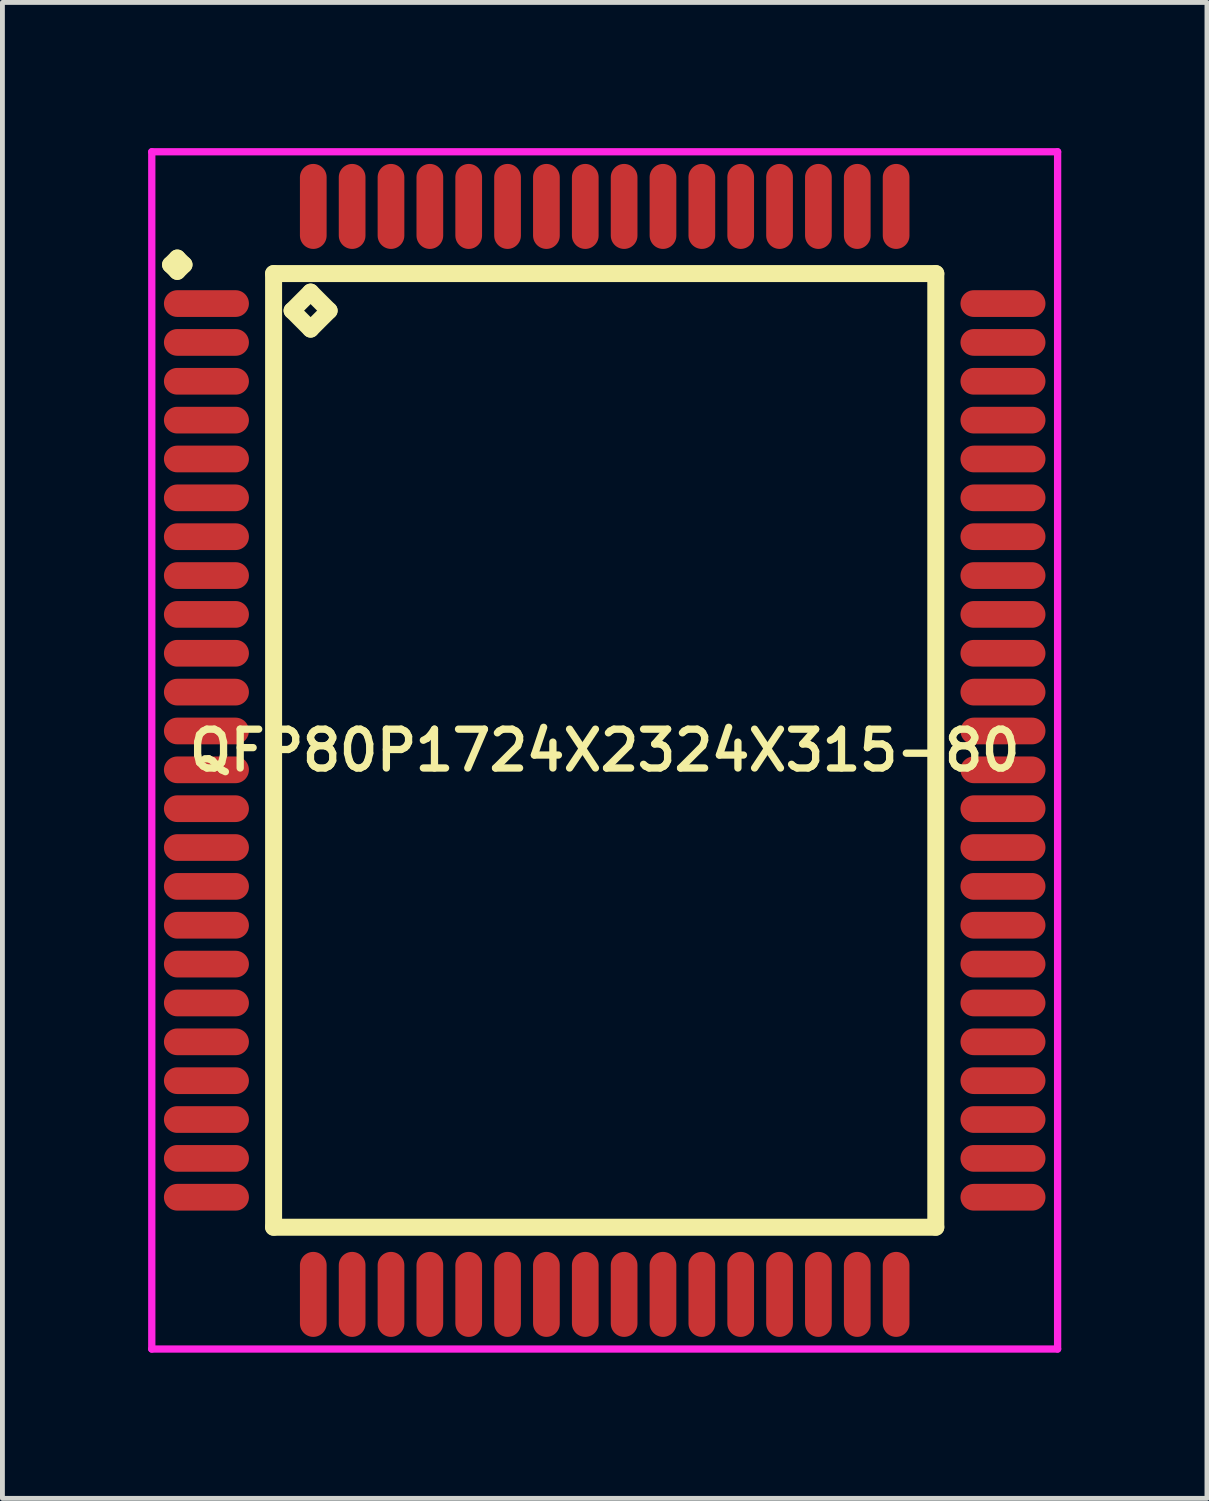
<source format=kicad_pcb>
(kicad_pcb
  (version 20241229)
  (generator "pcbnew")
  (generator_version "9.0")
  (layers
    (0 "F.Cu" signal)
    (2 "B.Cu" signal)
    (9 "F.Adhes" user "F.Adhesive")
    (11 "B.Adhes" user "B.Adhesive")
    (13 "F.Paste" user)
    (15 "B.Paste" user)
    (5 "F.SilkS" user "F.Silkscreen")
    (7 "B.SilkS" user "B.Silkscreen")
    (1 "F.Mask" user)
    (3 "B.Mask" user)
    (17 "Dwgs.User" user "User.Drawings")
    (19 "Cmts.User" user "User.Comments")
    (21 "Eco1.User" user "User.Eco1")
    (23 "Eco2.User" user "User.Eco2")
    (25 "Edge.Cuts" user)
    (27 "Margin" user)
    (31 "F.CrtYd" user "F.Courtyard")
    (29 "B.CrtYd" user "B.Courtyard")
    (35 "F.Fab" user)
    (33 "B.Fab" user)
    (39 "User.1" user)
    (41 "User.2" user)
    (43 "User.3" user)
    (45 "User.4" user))
  (footprint "QFP80P1724X2324X315-80"
    (layer "F.Cu")
    (at 9.4 12.4)
    (property "Reference" "QFP80P1724X2324X315-80" (at 0 0 0) (layer "F.SilkS") (effects (font (size 0.8 0.8) (thickness 0.15))))
    (attr smd)
    (fp_line (start -8.938 -10) (end -8.8 -10.137) (stroke (width 0.35) (type solid)) (layer "F.SilkS"))
    (fp_line (start -8.8 -10.137) (end -8.662 -10) (stroke (width 0.35) (type solid)) (layer "F.SilkS"))
    (fp_line (start -8.8 -9.863) (end -8.938 -10) (stroke (width 0.35) (type solid)) (layer "F.SilkS"))
    (fp_line (start -8.662 -10) (end -8.8 -9.863) (stroke (width 0.35) (type solid)) (layer "F.SilkS"))
    (fp_line (start -6.817 -9.817) (end -6.817 9.817) (stroke (width 0.35) (type solid)) (layer "F.SilkS"))
    (fp_line (start -6.817 9.817) (end 6.817 9.817) (stroke (width 0.35) (type solid)) (layer "F.SilkS"))
    (fp_line (start -6.436 -9.055) (end -6.055 -9.436) (stroke (width 0.35) (type solid)) (layer "F.SilkS"))
    (fp_line (start -6.055 -9.436) (end -5.674 -9.055) (stroke (width 0.35) (type solid)) (layer "F.SilkS"))
    (fp_line (start -6.055 -8.674) (end -6.436 -9.055) (stroke (width 0.35) (type solid)) (layer "F.SilkS"))
    (fp_line (start -5.674 -9.055) (end -6.055 -8.674) (stroke (width 0.35) (type solid)) (layer "F.SilkS"))
    (fp_line (start 6.817 -9.817) (end -6.817 -9.817) (stroke (width 0.35) (type solid)) (layer "F.SilkS"))
    (fp_line (start 6.817 9.817) (end 6.817 -9.817) (stroke (width 0.35) (type solid)) (layer "F.SilkS"))
    (fp_line (start -9.325 -12.325) (end 9.325 -12.325) (stroke (width 0.15) (type solid)) (layer "F.CrtYd"))
    (fp_line (start -9.325 12.325) (end -9.325 -12.325) (stroke (width 0.15) (type solid)) (layer "F.CrtYd"))
    (fp_line (start 9.325 -12.325) (end 9.325 12.325) (stroke (width 0.15) (type solid)) (layer "F.CrtYd"))
    (fp_line (start 9.325 12.325) (end -9.325 12.325) (stroke (width 0.15) (type solid)) (layer "F.CrtYd"))
    (pad "1" smd oval (at -8.2 -9.2) (size 1.75 0.55) (layers "F.Cu" "F.Mask" "F.Paste"))
    (pad "2" smd oval (at -8.2 -8.4) (size 1.75 0.55) (layers "F.Cu" "F.Mask" "F.Paste"))
    (pad "3" smd oval (at -8.2 -7.6) (size 1.75 0.55) (layers "F.Cu" "F.Mask" "F.Paste"))
    (pad "4" smd oval (at -8.2 -6.8) (size 1.75 0.55) (layers "F.Cu" "F.Mask" "F.Paste"))
    (pad "5" smd oval (at -8.2 -6) (size 1.75 0.55) (layers "F.Cu" "F.Mask" "F.Paste"))
    (pad "6" smd oval (at -8.2 -5.2) (size 1.75 0.55) (layers "F.Cu" "F.Mask" "F.Paste"))
    (pad "7" smd oval (at -8.2 -4.4) (size 1.75 0.55) (layers "F.Cu" "F.Mask" "F.Paste"))
    (pad "8" smd oval (at -8.2 -3.6) (size 1.75 0.55) (layers "F.Cu" "F.Mask" "F.Paste"))
    (pad "9" smd oval (at -8.2 -2.8) (size 1.75 0.55) (layers "F.Cu" "F.Mask" "F.Paste"))
    (pad "10" smd oval (at -8.2 -2) (size 1.75 0.55) (layers "F.Cu" "F.Mask" "F.Paste"))
    (pad "11" smd oval (at -8.2 -1.2) (size 1.75 0.55) (layers "F.Cu" "F.Mask" "F.Paste"))
    (pad "12" smd oval (at -8.2 -0.4) (size 1.75 0.55) (layers "F.Cu" "F.Mask" "F.Paste"))
    (pad "13" smd oval (at -8.2 0.4) (size 1.75 0.55) (layers "F.Cu" "F.Mask" "F.Paste"))
    (pad "14" smd oval (at -8.2 1.2) (size 1.75 0.55) (layers "F.Cu" "F.Mask" "F.Paste"))
    (pad "15" smd oval (at -8.2 2) (size 1.75 0.55) (layers "F.Cu" "F.Mask" "F.Paste"))
    (pad "16" smd oval (at -8.2 2.8) (size 1.75 0.55) (layers "F.Cu" "F.Mask" "F.Paste"))
    (pad "17" smd oval (at -8.2 3.6) (size 1.75 0.55) (layers "F.Cu" "F.Mask" "F.Paste"))
    (pad "18" smd oval (at -8.2 4.4) (size 1.75 0.55) (layers "F.Cu" "F.Mask" "F.Paste"))
    (pad "19" smd oval (at -8.2 5.2) (size 1.75 0.55) (layers "F.Cu" "F.Mask" "F.Paste"))
    (pad "20" smd oval (at -8.2 6) (size 1.75 0.55) (layers "F.Cu" "F.Mask" "F.Paste"))
    (pad "21" smd oval (at -8.2 6.8) (size 1.75 0.55) (layers "F.Cu" "F.Mask" "F.Paste"))
    (pad "22" smd oval (at -8.2 7.6) (size 1.75 0.55) (layers "F.Cu" "F.Mask" "F.Paste"))
    (pad "23" smd oval (at -8.2 8.4) (size 1.75 0.55) (layers "F.Cu" "F.Mask" "F.Paste"))
    (pad "24" smd oval (at -8.2 9.2) (size 1.75 0.55) (layers "F.Cu" "F.Mask" "F.Paste"))
    (pad "25" smd oval (at -6 11.2) (size 0.55 1.75) (layers "F.Cu" "F.Mask" "F.Paste"))
    (pad "26" smd oval (at -5.2 11.2) (size 0.55 1.75) (layers "F.Cu" "F.Mask" "F.Paste"))
    (pad "27" smd oval (at -4.4 11.2) (size 0.55 1.75) (layers "F.Cu" "F.Mask" "F.Paste"))
    (pad "28" smd oval (at -3.6 11.2) (size 0.55 1.75) (layers "F.Cu" "F.Mask" "F.Paste"))
    (pad "29" smd oval (at -2.8 11.2) (size 0.55 1.75) (layers "F.Cu" "F.Mask" "F.Paste"))
    (pad "30" smd oval (at -2 11.2) (size 0.55 1.75) (layers "F.Cu" "F.Mask" "F.Paste"))
    (pad "31" smd oval (at -1.2 11.2) (size 0.55 1.75) (layers "F.Cu" "F.Mask" "F.Paste"))
    (pad "32" smd oval (at -0.4 11.2) (size 0.55 1.75) (layers "F.Cu" "F.Mask" "F.Paste"))
    (pad "33" smd oval (at 0.4 11.2) (size 0.55 1.75) (layers "F.Cu" "F.Mask" "F.Paste"))
    (pad "34" smd oval (at 1.2 11.2) (size 0.55 1.75) (layers "F.Cu" "F.Mask" "F.Paste"))
    (pad "35" smd oval (at 2 11.2) (size 0.55 1.75) (layers "F.Cu" "F.Mask" "F.Paste"))
    (pad "36" smd oval (at 2.8 11.2) (size 0.55 1.75) (layers "F.Cu" "F.Mask" "F.Paste"))
    (pad "37" smd oval (at 3.6 11.2) (size 0.55 1.75) (layers "F.Cu" "F.Mask" "F.Paste"))
    (pad "38" smd oval (at 4.4 11.2) (size 0.55 1.75) (layers "F.Cu" "F.Mask" "F.Paste"))
    (pad "39" smd oval (at 5.2 11.2) (size 0.55 1.75) (layers "F.Cu" "F.Mask" "F.Paste"))
    (pad "40" smd oval (at 6 11.2) (size 0.55 1.75) (layers "F.Cu" "F.Mask" "F.Paste"))
    (pad "41" smd oval (at 8.2 9.2) (size 1.75 0.55) (layers "F.Cu" "F.Mask" "F.Paste"))
    (pad "42" smd oval (at 8.2 8.4) (size 1.75 0.55) (layers "F.Cu" "F.Mask" "F.Paste"))
    (pad "43" smd oval (at 8.2 7.6) (size 1.75 0.55) (layers "F.Cu" "F.Mask" "F.Paste"))
    (pad "44" smd oval (at 8.2 6.8) (size 1.75 0.55) (layers "F.Cu" "F.Mask" "F.Paste"))
    (pad "45" smd oval (at 8.2 6) (size 1.75 0.55) (layers "F.Cu" "F.Mask" "F.Paste"))
    (pad "46" smd oval (at 8.2 5.2) (size 1.75 0.55) (layers "F.Cu" "F.Mask" "F.Paste"))
    (pad "47" smd oval (at 8.2 4.4) (size 1.75 0.55) (layers "F.Cu" "F.Mask" "F.Paste"))
    (pad "48" smd oval (at 8.2 3.6) (size 1.75 0.55) (layers "F.Cu" "F.Mask" "F.Paste"))
    (pad "49" smd oval (at 8.2 2.8) (size 1.75 0.55) (layers "F.Cu" "F.Mask" "F.Paste"))
    (pad "50" smd oval (at 8.2 2) (size 1.75 0.55) (layers "F.Cu" "F.Mask" "F.Paste"))
    (pad "51" smd oval (at 8.2 1.2) (size 1.75 0.55) (layers "F.Cu" "F.Mask" "F.Paste"))
    (pad "52" smd oval (at 8.2 0.4) (size 1.75 0.55) (layers "F.Cu" "F.Mask" "F.Paste"))
    (pad "53" smd oval (at 8.2 -0.4) (size 1.75 0.55) (layers "F.Cu" "F.Mask" "F.Paste"))
    (pad "54" smd oval (at 8.2 -1.2) (size 1.75 0.55) (layers "F.Cu" "F.Mask" "F.Paste"))
    (pad "55" smd oval (at 8.2 -2) (size 1.75 0.55) (layers "F.Cu" "F.Mask" "F.Paste"))
    (pad "56" smd oval (at 8.2 -2.8) (size 1.75 0.55) (layers "F.Cu" "F.Mask" "F.Paste"))
    (pad "57" smd oval (at 8.2 -3.6) (size 1.75 0.55) (layers "F.Cu" "F.Mask" "F.Paste"))
    (pad "58" smd oval (at 8.2 -4.4) (size 1.75 0.55) (layers "F.Cu" "F.Mask" "F.Paste"))
    (pad "59" smd oval (at 8.2 -5.2) (size 1.75 0.55) (layers "F.Cu" "F.Mask" "F.Paste"))
    (pad "60" smd oval (at 8.2 -6) (size 1.75 0.55) (layers "F.Cu" "F.Mask" "F.Paste"))
    (pad "61" smd oval (at 8.2 -6.8) (size 1.75 0.55) (layers "F.Cu" "F.Mask" "F.Paste"))
    (pad "62" smd oval (at 8.2 -7.6) (size 1.75 0.55) (layers "F.Cu" "F.Mask" "F.Paste"))
    (pad "63" smd oval (at 8.2 -8.4) (size 1.75 0.55) (layers "F.Cu" "F.Mask" "F.Paste"))
    (pad "64" smd oval (at 8.2 -9.2) (size 1.75 0.55) (layers "F.Cu" "F.Mask" "F.Paste"))
    (pad "65" smd oval (at 6 -11.2) (size 0.55 1.75) (layers "F.Cu" "F.Mask" "F.Paste"))
    (pad "66" smd oval (at 5.2 -11.2) (size 0.55 1.75) (layers "F.Cu" "F.Mask" "F.Paste"))
    (pad "67" smd oval (at 4.4 -11.2) (size 0.55 1.75) (layers "F.Cu" "F.Mask" "F.Paste"))
    (pad "68" smd oval (at 3.6 -11.2) (size 0.55 1.75) (layers "F.Cu" "F.Mask" "F.Paste"))
    (pad "69" smd oval (at 2.8 -11.2) (size 0.55 1.75) (layers "F.Cu" "F.Mask" "F.Paste"))
    (pad "70" smd oval (at 2 -11.2) (size 0.55 1.75) (layers "F.Cu" "F.Mask" "F.Paste"))
    (pad "71" smd oval (at 1.2 -11.2) (size 0.55 1.75) (layers "F.Cu" "F.Mask" "F.Paste"))
    (pad "72" smd oval (at 0.4 -11.2) (size 0.55 1.75) (layers "F.Cu" "F.Mask" "F.Paste"))
    (pad "73" smd oval (at -0.4 -11.2) (size 0.55 1.75) (layers "F.Cu" "F.Mask" "F.Paste"))
    (pad "74" smd oval (at -1.2 -11.2) (size 0.55 1.75) (layers "F.Cu" "F.Mask" "F.Paste"))
    (pad "75" smd oval (at -2 -11.2) (size 0.55 1.75) (layers "F.Cu" "F.Mask" "F.Paste"))
    (pad "76" smd oval (at -2.8 -11.2) (size 0.55 1.75) (layers "F.Cu" "F.Mask" "F.Paste"))
    (pad "77" smd oval (at -3.6 -11.2) (size 0.55 1.75) (layers "F.Cu" "F.Mask" "F.Paste"))
    (pad "78" smd oval (at -4.4 -11.2) (size 0.55 1.75) (layers "F.Cu" "F.Mask" "F.Paste"))
    (pad "79" smd oval (at -5.2 -11.2) (size 0.55 1.75) (layers "F.Cu" "F.Mask" "F.Paste"))
    (pad "80" smd oval (at -6 -11.2) (size 0.55 1.75) (layers "F.Cu" "F.Mask" "F.Paste")))
  (gr_rect
    (start -3 -3)
    (end 21.8 27.8)
    (stroke (width 0.1) (type default))
    (fill no)
    (layer "Edge.Cuts")))
</source>
